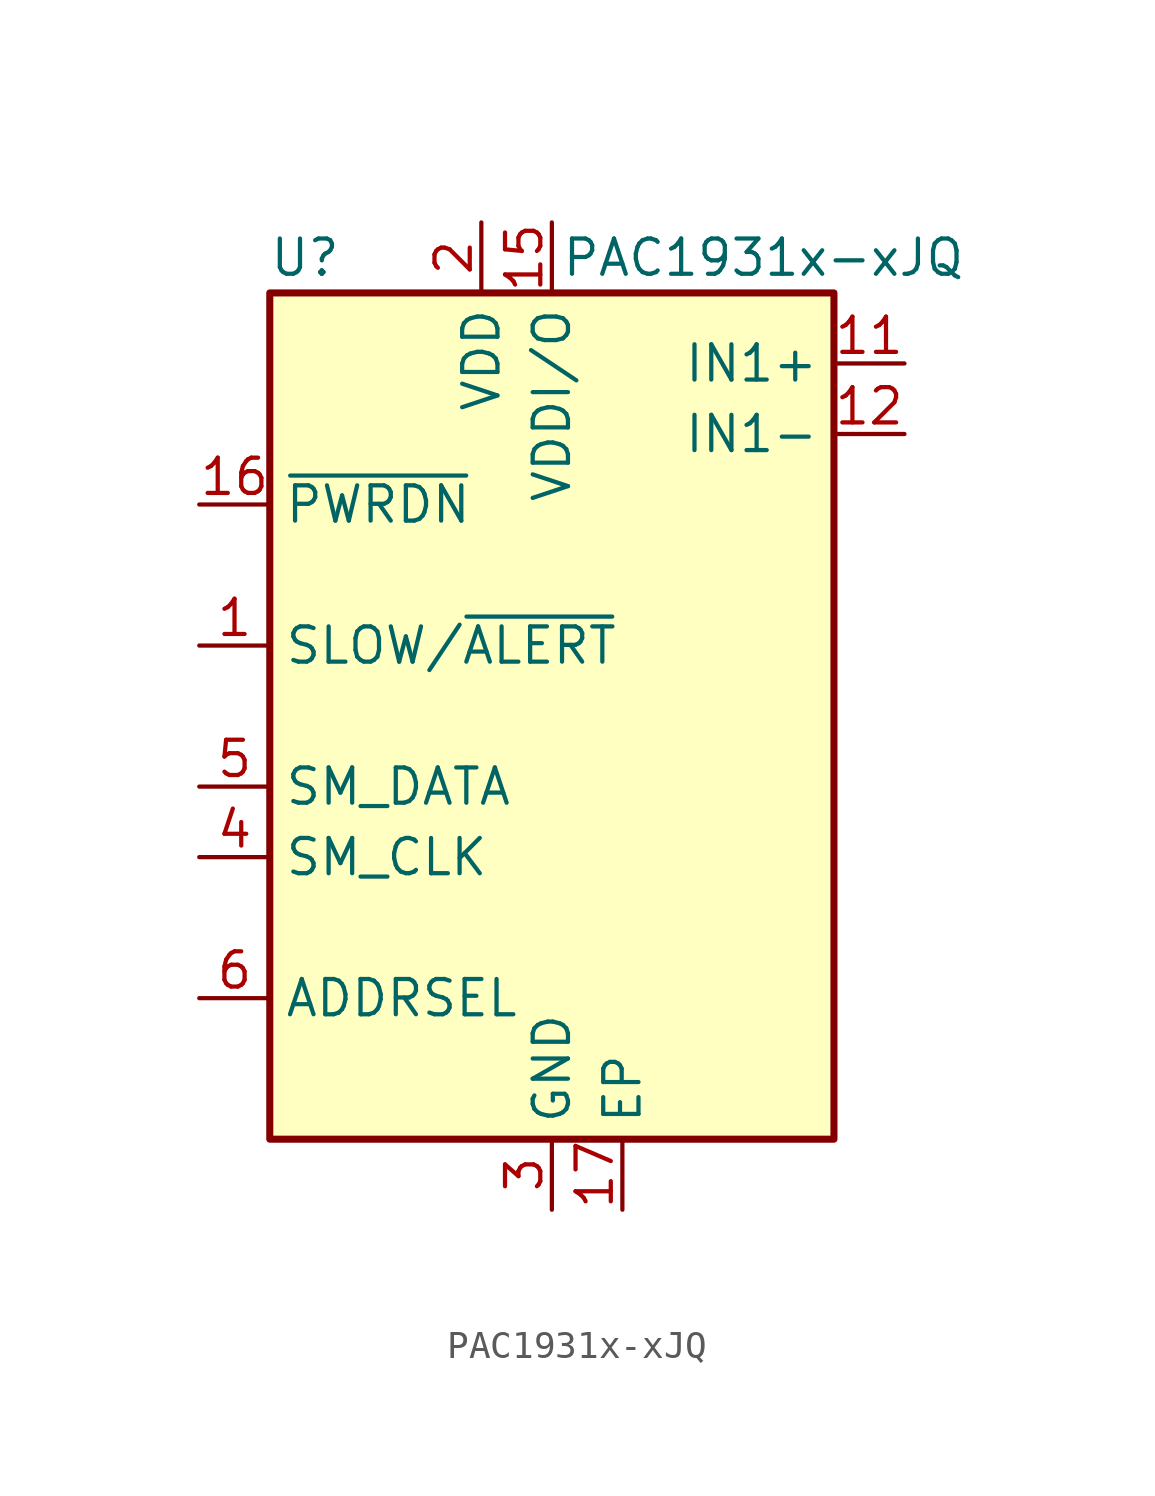
<source format=kicad_sym>
(kicad_symbol_lib
  (version 20211014)
  (generator kicad_symbol_editor)
  (symbol "PAC1931x-xJQ"
    (property "Reference" "U"
      (at -8.89 16.51 0)
      (effects (font (size 1.27 1.27))))
    (property "Value" "PAC1931x-xJQ"
      (at 7.62 16.51 0)
      (effects (font (size 1.27 1.27))))
    (symbol "PAC1931x-xJQ_0_1"
      (rectangle (start -10.16 15.24) (end 10.16 -15.24) (stroke (width 0.254) (type default) (color 0 0 0 0)) (fill (type background))))
    (symbol "PAC1931x-xJQ_1_1"
      (pin open_collector line (at -12.7 2.54 0) (length 2.54) (name "SLOW/~{ALERT}" (effects (font (size 1.27 1.27)))) (number "1" (effects (font (size 1.27 1.27)))))
      (pin passive line (at 0 -17.78 90) (length 2.54) hide (name "GND" (effects (font (size 1.27 1.27)))) (number "10" (effects (font (size 1.27 1.27)))))
      (pin input line (at 12.7 12.7 180) (length 2.54) (name "IN1+" (effects (font (size 1.27 1.27)))) (number "11" (effects (font (size 1.27 1.27)))))
      (pin input line (at 12.7 10.16 180) (length 2.54) (name "IN1-" (effects (font (size 1.27 1.27)))) (number "12" (effects (font (size 1.27 1.27)))))
      (pin passive line (at 0 -17.78 90) (length 2.54) hide (name "GND" (effects (font (size 1.27 1.27)))) (number "13" (effects (font (size 1.27 1.27)))))
      (pin passive line (at 0 -17.78 90) (length 2.54) hide (name "GND" (effects (font (size 1.27 1.27)))) (number "14" (effects (font (size 1.27 1.27)))))
      (pin power_in line (at 0 17.78 270) (length 2.54) (name "VDDI/O" (effects (font (size 1.27 1.27)))) (number "15" (effects (font (size 1.27 1.27)))))
      (pin input line (at -12.7 7.62 0) (length 2.54) (name "~{PWRDN}" (effects (font (size 1.27 1.27)))) (number "16" (effects (font (size 1.27 1.27)))))
      (pin power_in line (at 2.54 -17.78 90) (length 2.54) (name "EP" (effects (font (size 1.27 1.27)))) (number "17" (effects (font (size 1.27 1.27)))))
      (pin power_in line (at -2.54 17.78 270) (length 2.54) (name "VDD" (effects (font (size 1.27 1.27)))) (number "2" (effects (font (size 1.27 1.27)))))
      (pin power_in line (at 0 -17.78 90) (length 2.54) (name "GND" (effects (font (size 1.27 1.27)))) (number "3" (effects (font (size 1.27 1.27)))))
      (pin input line (at -12.7 -5.08 0) (length 2.54) (name "SM_CLK" (effects (font (size 1.27 1.27)))) (number "4" (effects (font (size 1.27 1.27)))))
      (pin bidirectional line (at -12.7 -2.54 0) (length 2.54) (name "SM_DATA" (effects (font (size 1.27 1.27)))) (number "5" (effects (font (size 1.27 1.27)))))
      (pin passive line (at -12.7 -10.16 0) (length 2.54) (name "ADDRSEL" (effects (font (size 1.27 1.27)))) (number "6" (effects (font (size 1.27 1.27)))))
      (pin passive line (at 0 -17.78 90) (length 2.54) hide (name "GND" (effects (font (size 1.27 1.27)))) (number "7" (effects (font (size 1.27 1.27)))))
      (pin passive line (at 0 -17.78 90) (length 2.54) hide (name "GND" (effects (font (size 1.27 1.27)))) (number "8" (effects (font (size 1.27 1.27)))))
      (pin passive line (at 0 -17.78 90) (length 2.54) hide (name "GND" (effects (font (size 1.27 1.27)))) (number "9" (effects (font (size 1.27 1.27))))))))
</source>
